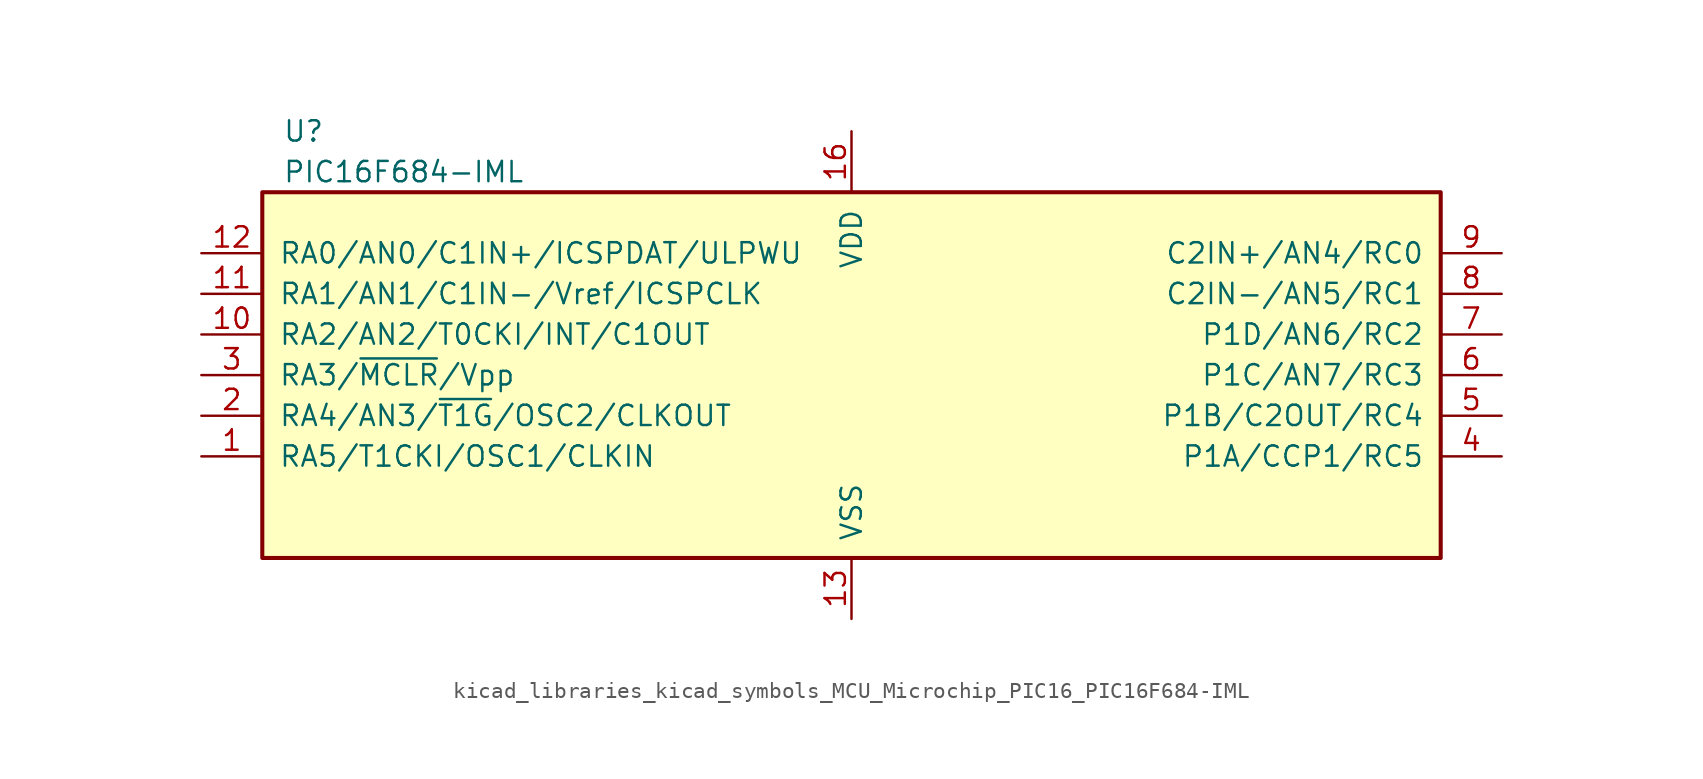
<source format=kicad_sym>
(kicad_symbol_lib
  (version 20220914)
  (generator kicad_symbol_editor)
  (symbol "kicad_libraries_kicad_symbols_MCU_Microchip_PIC16_PIC16F684-IML"
    (pin_names
      (offset 1.016))
    (property "Reference" "U"
      (at -35.56 15.24 0)
      (effects (font (size 1.27 1.27)) (justify left)))
    (property "Value" "PIC16F684-IML"
      (at -35.56 12.7 0)
      (effects (font (size 1.27 1.27)) (justify left)))
    (symbol "kicad_libraries_kicad_symbols_MCU_Microchip_PIC16_PIC16F684-IML_0_1"
      (rectangle (start -36.83 11.43) (end 36.83 -11.43) (stroke (width 0.254) (type default)) (fill (type background))))
    (symbol "kicad_libraries_kicad_symbols_MCU_Microchip_PIC16_PIC16F684-IML_1_1"
      (pin bidirectional line (at -40.64 -5.08 0) (length 3.81) (name "RA5/T1CKI/OSC1/CLKIN" (effects (font (size 1.27 1.27)))) (number "1" (effects (font (size 1.27 1.27)))))
      (pin bidirectional line (at -40.64 2.54 0) (length 3.81) (name "RA2/AN2/T0CKI/INT/C1OUT" (effects (font (size 1.27 1.27)))) (number "10" (effects (font (size 1.27 1.27)))))
      (pin bidirectional line (at -40.64 5.08 0) (length 3.81) (name "RA1/AN1/C1IN-/Vref/ICSPCLK" (effects (font (size 1.27 1.27)))) (number "11" (effects (font (size 1.27 1.27)))))
      (pin bidirectional line (at -40.64 7.62 0) (length 3.81) (name "RA0/AN0/C1IN+/ICSPDAT/ULPWU" (effects (font (size 1.27 1.27)))) (number "12" (effects (font (size 1.27 1.27)))))
      (pin power_in line (at 0 -15.24 90) (length 3.81) (name "VSS" (effects (font (size 1.27 1.27)))) (number "13" (effects (font (size 1.27 1.27)))))
      (pin power_in line (at 0 15.24 270) (length 3.81) (name "VDD" (effects (font (size 1.27 1.27)))) (number "16" (effects (font (size 1.27 1.27)))))
      (pin bidirectional line (at -40.64 -2.54 0) (length 3.81) (name "RA4/AN3/~{T1G}/OSC2/CLKOUT" (effects (font (size 1.27 1.27)))) (number "2" (effects (font (size 1.27 1.27)))))
      (pin input line (at -40.64 0 0) (length 3.81) (name "RA3/~{MCLR}/Vpp" (effects (font (size 1.27 1.27)))) (number "3" (effects (font (size 1.27 1.27)))))
      (pin bidirectional line (at 40.64 -5.08 180) (length 3.81) (name "P1A/CCP1/RC5" (effects (font (size 1.27 1.27)))) (number "4" (effects (font (size 1.27 1.27)))))
      (pin bidirectional line (at 40.64 -2.54 180) (length 3.81) (name "P1B/C2OUT/RC4" (effects (font (size 1.27 1.27)))) (number "5" (effects (font (size 1.27 1.27)))))
      (pin bidirectional line (at 40.64 0 180) (length 3.81) (name "P1C/AN7/RC3" (effects (font (size 1.27 1.27)))) (number "6" (effects (font (size 1.27 1.27)))))
      (pin bidirectional line (at 40.64 2.54 180) (length 3.81) (name "P1D/AN6/RC2" (effects (font (size 1.27 1.27)))) (number "7" (effects (font (size 1.27 1.27)))))
      (pin bidirectional line (at 40.64 5.08 180) (length 3.81) (name "C2IN-/AN5/RC1" (effects (font (size 1.27 1.27)))) (number "8" (effects (font (size 1.27 1.27)))))
      (pin bidirectional line (at 40.64 7.62 180) (length 3.81) (name "C2IN+/AN4/RC0" (effects (font (size 1.27 1.27)))) (number "9" (effects (font (size 1.27 1.27))))))))
</source>
